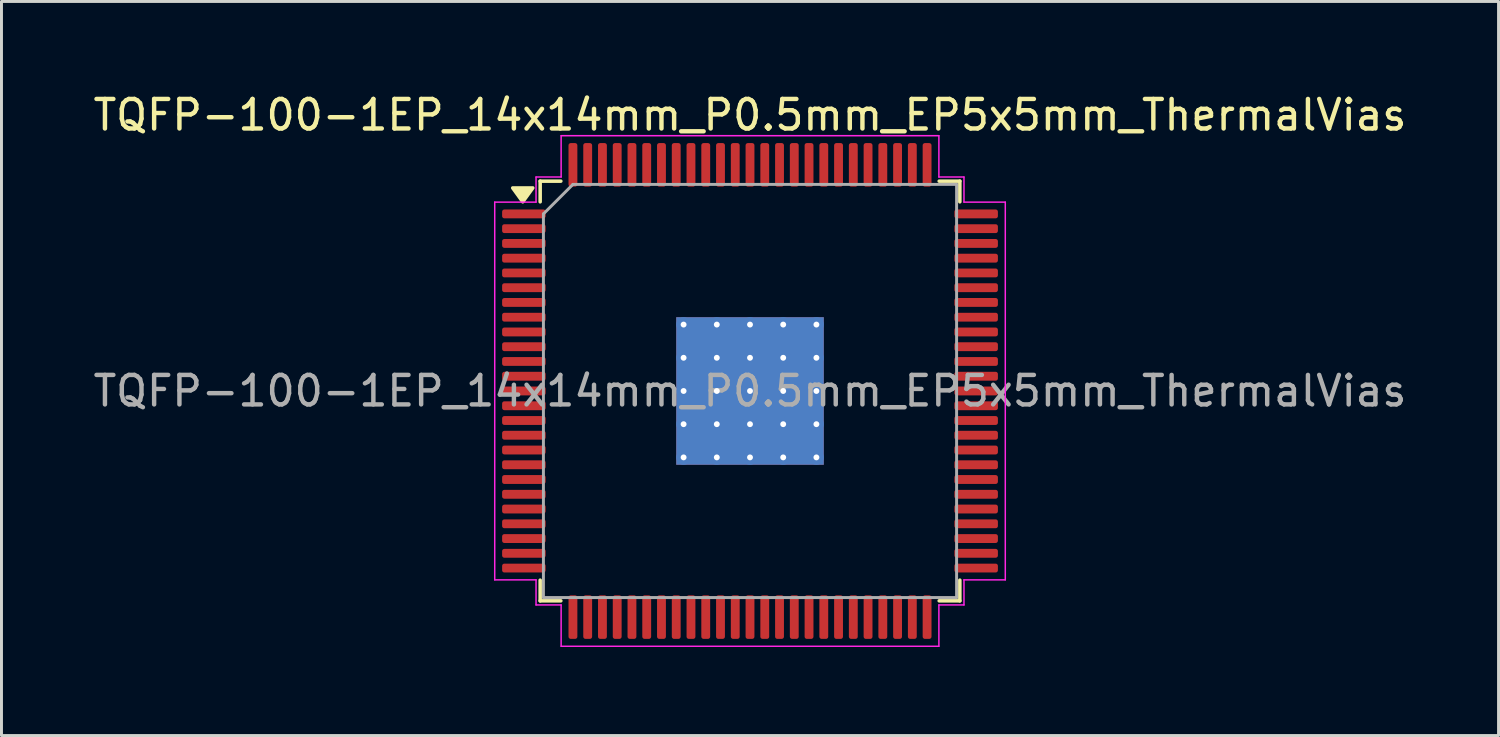
<source format=kicad_pcb>
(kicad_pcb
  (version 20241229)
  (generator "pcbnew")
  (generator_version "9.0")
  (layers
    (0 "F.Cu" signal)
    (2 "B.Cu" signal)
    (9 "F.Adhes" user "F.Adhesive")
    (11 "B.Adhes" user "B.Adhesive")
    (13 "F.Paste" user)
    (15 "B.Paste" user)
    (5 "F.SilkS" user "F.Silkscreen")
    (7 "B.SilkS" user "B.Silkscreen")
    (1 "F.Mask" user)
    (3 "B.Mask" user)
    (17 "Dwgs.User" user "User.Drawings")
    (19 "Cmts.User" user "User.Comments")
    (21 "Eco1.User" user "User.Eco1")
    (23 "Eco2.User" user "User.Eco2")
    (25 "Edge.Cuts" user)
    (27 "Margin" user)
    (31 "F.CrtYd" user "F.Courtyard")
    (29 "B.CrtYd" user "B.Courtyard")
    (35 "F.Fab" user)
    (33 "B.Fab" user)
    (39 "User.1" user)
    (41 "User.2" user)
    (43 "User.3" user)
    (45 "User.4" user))
  (footprint "TQFP-100-1EP_14x14mm_P0.5mm_EP5x5mm_ThermalVias"
    (layer "F.Cu")
    (at 22.363 10.198)
    (property "Reference" "TQFP-100-1EP_14x14mm_P0.5mm_EP5x5mm_ThermalVias" (at 0 -9.35 0) (layer "F.SilkS") (effects (font (size 1 1) (thickness 0.15))))
    (attr smd)
    (fp_line (start -7.11 -7.11) (end -7.11 -6.41) (stroke (width 0.12) (type solid)) (layer "F.SilkS"))
    (fp_line (start -7.11 7.11) (end -7.11 6.41) (stroke (width 0.12) (type solid)) (layer "F.SilkS"))
    (fp_line (start -6.41 -7.11) (end -7.11 -7.11) (stroke (width 0.12) (type solid)) (layer "F.SilkS"))
    (fp_line (start -6.41 7.11) (end -7.11 7.11) (stroke (width 0.12) (type solid)) (layer "F.SilkS"))
    (fp_line (start 6.41 -7.11) (end 7.11 -7.11) (stroke (width 0.12) (type solid)) (layer "F.SilkS"))
    (fp_line (start 6.41 7.11) (end 7.11 7.11) (stroke (width 0.12) (type solid)) (layer "F.SilkS"))
    (fp_line (start 7.11 -7.11) (end 7.11 -6.41) (stroke (width 0.12) (type solid)) (layer "F.SilkS"))
    (fp_line (start 7.11 7.11) (end 7.11 6.41) (stroke (width 0.12) (type solid)) (layer "F.SilkS"))
    (fp_poly (pts (xy -7.7 -6.41) (xy -8.04 -6.88) (xy -7.36 -6.88)) (stroke (width 0.12) (type solid)) (fill yes) (layer "F.SilkS"))
    (fp_line (start -8.65 -6.4) (end -7.25 -6.4) (stroke (width 0.05) (type solid)) (layer "F.CrtYd"))
    (fp_line (start -8.65 6.4) (end -8.65 -6.4) (stroke (width 0.05) (type solid)) (layer "F.CrtYd"))
    (fp_line (start -7.25 -7.25) (end -6.4 -7.25) (stroke (width 0.05) (type solid)) (layer "F.CrtYd"))
    (fp_line (start -7.25 -6.4) (end -7.25 -7.25) (stroke (width 0.05) (type solid)) (layer "F.CrtYd"))
    (fp_line (start -7.25 6.4) (end -8.65 6.4) (stroke (width 0.05) (type solid)) (layer "F.CrtYd"))
    (fp_line (start -7.25 7.25) (end -7.25 6.4) (stroke (width 0.05) (type solid)) (layer "F.CrtYd"))
    (fp_line (start -6.4 -8.65) (end 6.4 -8.65) (stroke (width 0.05) (type solid)) (layer "F.CrtYd"))
    (fp_line (start -6.4 -7.25) (end -6.4 -8.65) (stroke (width 0.05) (type solid)) (layer "F.CrtYd"))
    (fp_line (start -6.4 7.25) (end -7.25 7.25) (stroke (width 0.05) (type solid)) (layer "F.CrtYd"))
    (fp_line (start -6.4 8.65) (end -6.4 7.25) (stroke (width 0.05) (type solid)) (layer "F.CrtYd"))
    (fp_line (start 6.4 -8.65) (end 6.4 -7.25) (stroke (width 0.05) (type solid)) (layer "F.CrtYd"))
    (fp_line (start 6.4 -7.25) (end 7.25 -7.25) (stroke (width 0.05) (type solid)) (layer "F.CrtYd"))
    (fp_line (start 6.4 7.25) (end 6.4 8.65) (stroke (width 0.05) (type solid)) (layer "F.CrtYd"))
    (fp_line (start 6.4 8.65) (end -6.4 8.65) (stroke (width 0.05) (type solid)) (layer "F.CrtYd"))
    (fp_line (start 7.25 -7.25) (end 7.25 -6.4) (stroke (width 0.05) (type solid)) (layer "F.CrtYd"))
    (fp_line (start 7.25 -6.4) (end 8.65 -6.4) (stroke (width 0.05) (type solid)) (layer "F.CrtYd"))
    (fp_line (start 7.25 6.4) (end 7.25 7.25) (stroke (width 0.05) (type solid)) (layer "F.CrtYd"))
    (fp_line (start 7.25 7.25) (end 6.4 7.25) (stroke (width 0.05) (type solid)) (layer "F.CrtYd"))
    (fp_line (start 8.65 -6.4) (end 8.65 6.4) (stroke (width 0.05) (type solid)) (layer "F.CrtYd"))
    (fp_line (start 8.65 6.4) (end 7.25 6.4) (stroke (width 0.05) (type solid)) (layer "F.CrtYd"))
    (fp_line (start -7 -6) (end -6 -7) (stroke (width 0.1) (type solid)) (layer "F.Fab"))
    (fp_line (start -7 7) (end -7 -6) (stroke (width 0.1) (type solid)) (layer "F.Fab"))
    (fp_line (start -6 -7) (end 7 -7) (stroke (width 0.1) (type solid)) (layer "F.Fab"))
    (fp_line (start 7 -7) (end 7 7) (stroke (width 0.1) (type solid)) (layer "F.Fab"))
    (fp_line (start 7 7) (end -7 7) (stroke (width 0.1) (type solid)) (layer "F.Fab"))
    (fp_text user "${REFERENCE}" (at 0 0 0) (layer "F.Fab") (effects (font (size 1 1) (thickness 0.15))))
    (pad "" smd roundrect (at -1.875 -1.875) (size 1.01 1.01) (layers "F.Paste") (roundrect_rratio 0.248))
    (pad "" smd roundrect (at -1.875 -0.625) (size 1.01 1.01) (layers "F.Paste") (roundrect_rratio 0.248))
    (pad "" smd roundrect (at -1.875 0.625) (size 1.01 1.01) (layers "F.Paste") (roundrect_rratio 0.248))
    (pad "" smd roundrect (at -1.875 1.875) (size 1.01 1.01) (layers "F.Paste") (roundrect_rratio 0.248))
    (pad "" smd roundrect (at -0.625 -1.875) (size 1.01 1.01) (layers "F.Paste") (roundrect_rratio 0.248))
    (pad "" smd roundrect (at -0.625 -0.625) (size 1.01 1.01) (layers "F.Paste") (roundrect_rratio 0.248))
    (pad "" smd roundrect (at -0.625 0.625) (size 1.01 1.01) (layers "F.Paste") (roundrect_rratio 0.248))
    (pad "" smd roundrect (at -0.625 1.875) (size 1.01 1.01) (layers "F.Paste") (roundrect_rratio 0.248))
    (pad "" smd roundrect (at 0.625 -1.875) (size 1.01 1.01) (layers "F.Paste") (roundrect_rratio 0.248))
    (pad "" smd roundrect (at 0.625 -0.625) (size 1.01 1.01) (layers "F.Paste") (roundrect_rratio 0.248))
    (pad "" smd roundrect (at 0.625 0.625) (size 1.01 1.01) (layers "F.Paste") (roundrect_rratio 0.248))
    (pad "" smd roundrect (at 0.625 1.875) (size 1.01 1.01) (layers "F.Paste") (roundrect_rratio 0.248))
    (pad "" smd roundrect (at 1.875 -1.875) (size 1.01 1.01) (layers "F.Paste") (roundrect_rratio 0.248))
    (pad "" smd roundrect (at 1.875 -0.625) (size 1.01 1.01) (layers "F.Paste") (roundrect_rratio 0.248))
    (pad "" smd roundrect (at 1.875 0.625) (size 1.01 1.01) (layers "F.Paste") (roundrect_rratio 0.248))
    (pad "" smd roundrect (at 1.875 1.875) (size 1.01 1.01) (layers "F.Paste") (roundrect_rratio 0.248))
    (pad "1" smd roundrect (at -7.662 -6) (size 1.475 0.3) (layers "F.Cu" "F.Mask" "F.Paste") (roundrect_rratio 0.25))
    (pad "2" smd roundrect (at -7.662 -5.5) (size 1.475 0.3) (layers "F.Cu" "F.Mask" "F.Paste") (roundrect_rratio 0.25))
    (pad "3" smd roundrect (at -7.662 -5) (size 1.475 0.3) (layers "F.Cu" "F.Mask" "F.Paste") (roundrect_rratio 0.25))
    (pad "4" smd roundrect (at -7.662 -4.5) (size 1.475 0.3) (layers "F.Cu" "F.Mask" "F.Paste") (roundrect_rratio 0.25))
    (pad "5" smd roundrect (at -7.662 -4) (size 1.475 0.3) (layers "F.Cu" "F.Mask" "F.Paste") (roundrect_rratio 0.25))
    (pad "6" smd roundrect (at -7.662 -3.5) (size 1.475 0.3) (layers "F.Cu" "F.Mask" "F.Paste") (roundrect_rratio 0.25))
    (pad "7" smd roundrect (at -7.662 -3) (size 1.475 0.3) (layers "F.Cu" "F.Mask" "F.Paste") (roundrect_rratio 0.25))
    (pad "8" smd roundrect (at -7.662 -2.5) (size 1.475 0.3) (layers "F.Cu" "F.Mask" "F.Paste") (roundrect_rratio 0.25))
    (pad "9" smd roundrect (at -7.662 -2) (size 1.475 0.3) (layers "F.Cu" "F.Mask" "F.Paste") (roundrect_rratio 0.25))
    (pad "10" smd roundrect (at -7.662 -1.5) (size 1.475 0.3) (layers "F.Cu" "F.Mask" "F.Paste") (roundrect_rratio 0.25))
    (pad "11" smd roundrect (at -7.662 -1) (size 1.475 0.3) (layers "F.Cu" "F.Mask" "F.Paste") (roundrect_rratio 0.25))
    (pad "12" smd roundrect (at -7.662 -0.5) (size 1.475 0.3) (layers "F.Cu" "F.Mask" "F.Paste") (roundrect_rratio 0.25))
    (pad "13" smd roundrect (at -7.662 0) (size 1.475 0.3) (layers "F.Cu" "F.Mask" "F.Paste") (roundrect_rratio 0.25))
    (pad "14" smd roundrect (at -7.662 0.5) (size 1.475 0.3) (layers "F.Cu" "F.Mask" "F.Paste") (roundrect_rratio 0.25))
    (pad "15" smd roundrect (at -7.662 1) (size 1.475 0.3) (layers "F.Cu" "F.Mask" "F.Paste") (roundrect_rratio 0.25))
    (pad "16" smd roundrect (at -7.662 1.5) (size 1.475 0.3) (layers "F.Cu" "F.Mask" "F.Paste") (roundrect_rratio 0.25))
    (pad "17" smd roundrect (at -7.662 2) (size 1.475 0.3) (layers "F.Cu" "F.Mask" "F.Paste") (roundrect_rratio 0.25))
    (pad "18" smd roundrect (at -7.662 2.5) (size 1.475 0.3) (layers "F.Cu" "F.Mask" "F.Paste") (roundrect_rratio 0.25))
    (pad "19" smd roundrect (at -7.662 3) (size 1.475 0.3) (layers "F.Cu" "F.Mask" "F.Paste") (roundrect_rratio 0.25))
    (pad "20" smd roundrect (at -7.662 3.5) (size 1.475 0.3) (layers "F.Cu" "F.Mask" "F.Paste") (roundrect_rratio 0.25))
    (pad "21" smd roundrect (at -7.662 4) (size 1.475 0.3) (layers "F.Cu" "F.Mask" "F.Paste") (roundrect_rratio 0.25))
    (pad "22" smd roundrect (at -7.662 4.5) (size 1.475 0.3) (layers "F.Cu" "F.Mask" "F.Paste") (roundrect_rratio 0.25))
    (pad "23" smd roundrect (at -7.662 5) (size 1.475 0.3) (layers "F.Cu" "F.Mask" "F.Paste") (roundrect_rratio 0.25))
    (pad "24" smd roundrect (at -7.662 5.5) (size 1.475 0.3) (layers "F.Cu" "F.Mask" "F.Paste") (roundrect_rratio 0.25))
    (pad "25" smd roundrect (at -7.662 6) (size 1.475 0.3) (layers "F.Cu" "F.Mask" "F.Paste") (roundrect_rratio 0.25))
    (pad "26" smd roundrect (at -6 7.662) (size 0.3 1.475) (layers "F.Cu" "F.Mask" "F.Paste") (roundrect_rratio 0.25))
    (pad "27" smd roundrect (at -5.5 7.662) (size 0.3 1.475) (layers "F.Cu" "F.Mask" "F.Paste") (roundrect_rratio 0.25))
    (pad "28" smd roundrect (at -5 7.662) (size 0.3 1.475) (layers "F.Cu" "F.Mask" "F.Paste") (roundrect_rratio 0.25))
    (pad "29" smd roundrect (at -4.5 7.662) (size 0.3 1.475) (layers "F.Cu" "F.Mask" "F.Paste") (roundrect_rratio 0.25))
    (pad "30" smd roundrect (at -4 7.662) (size 0.3 1.475) (layers "F.Cu" "F.Mask" "F.Paste") (roundrect_rratio 0.25))
    (pad "31" smd roundrect (at -3.5 7.662) (size 0.3 1.475) (layers "F.Cu" "F.Mask" "F.Paste") (roundrect_rratio 0.25))
    (pad "32" smd roundrect (at -3 7.662) (size 0.3 1.475) (layers "F.Cu" "F.Mask" "F.Paste") (roundrect_rratio 0.25))
    (pad "33" smd roundrect (at -2.5 7.662) (size 0.3 1.475) (layers "F.Cu" "F.Mask" "F.Paste") (roundrect_rratio 0.25))
    (pad "34" smd roundrect (at -2 7.662) (size 0.3 1.475) (layers "F.Cu" "F.Mask" "F.Paste") (roundrect_rratio 0.25))
    (pad "35" smd roundrect (at -1.5 7.662) (size 0.3 1.475) (layers "F.Cu" "F.Mask" "F.Paste") (roundrect_rratio 0.25))
    (pad "36" smd roundrect (at -1 7.662) (size 0.3 1.475) (layers "F.Cu" "F.Mask" "F.Paste") (roundrect_rratio 0.25))
    (pad "37" smd roundrect (at -0.5 7.662) (size 0.3 1.475) (layers "F.Cu" "F.Mask" "F.Paste") (roundrect_rratio 0.25))
    (pad "38" smd roundrect (at 0 7.662) (size 0.3 1.475) (layers "F.Cu" "F.Mask" "F.Paste") (roundrect_rratio 0.25))
    (pad "39" smd roundrect (at 0.5 7.662) (size 0.3 1.475) (layers "F.Cu" "F.Mask" "F.Paste") (roundrect_rratio 0.25))
    (pad "40" smd roundrect (at 1 7.662) (size 0.3 1.475) (layers "F.Cu" "F.Mask" "F.Paste") (roundrect_rratio 0.25))
    (pad "41" smd roundrect (at 1.5 7.662) (size 0.3 1.475) (layers "F.Cu" "F.Mask" "F.Paste") (roundrect_rratio 0.25))
    (pad "42" smd roundrect (at 2 7.662) (size 0.3 1.475) (layers "F.Cu" "F.Mask" "F.Paste") (roundrect_rratio 0.25))
    (pad "43" smd roundrect (at 2.5 7.662) (size 0.3 1.475) (layers "F.Cu" "F.Mask" "F.Paste") (roundrect_rratio 0.25))
    (pad "44" smd roundrect (at 3 7.662) (size 0.3 1.475) (layers "F.Cu" "F.Mask" "F.Paste") (roundrect_rratio 0.25))
    (pad "45" smd roundrect (at 3.5 7.662) (size 0.3 1.475) (layers "F.Cu" "F.Mask" "F.Paste") (roundrect_rratio 0.25))
    (pad "46" smd roundrect (at 4 7.662) (size 0.3 1.475) (layers "F.Cu" "F.Mask" "F.Paste") (roundrect_rratio 0.25))
    (pad "47" smd roundrect (at 4.5 7.662) (size 0.3 1.475) (layers "F.Cu" "F.Mask" "F.Paste") (roundrect_rratio 0.25))
    (pad "48" smd roundrect (at 5 7.662) (size 0.3 1.475) (layers "F.Cu" "F.Mask" "F.Paste") (roundrect_rratio 0.25))
    (pad "49" smd roundrect (at 5.5 7.662) (size 0.3 1.475) (layers "F.Cu" "F.Mask" "F.Paste") (roundrect_rratio 0.25))
    (pad "50" smd roundrect (at 6 7.662) (size 0.3 1.475) (layers "F.Cu" "F.Mask" "F.Paste") (roundrect_rratio 0.25))
    (pad "51" smd roundrect (at 7.662 6) (size 1.475 0.3) (layers "F.Cu" "F.Mask" "F.Paste") (roundrect_rratio 0.25))
    (pad "52" smd roundrect (at 7.662 5.5) (size 1.475 0.3) (layers "F.Cu" "F.Mask" "F.Paste") (roundrect_rratio 0.25))
    (pad "53" smd roundrect (at 7.662 5) (size 1.475 0.3) (layers "F.Cu" "F.Mask" "F.Paste") (roundrect_rratio 0.25))
    (pad "54" smd roundrect (at 7.662 4.5) (size 1.475 0.3) (layers "F.Cu" "F.Mask" "F.Paste") (roundrect_rratio 0.25))
    (pad "55" smd roundrect (at 7.662 4) (size 1.475 0.3) (layers "F.Cu" "F.Mask" "F.Paste") (roundrect_rratio 0.25))
    (pad "56" smd roundrect (at 7.662 3.5) (size 1.475 0.3) (layers "F.Cu" "F.Mask" "F.Paste") (roundrect_rratio 0.25))
    (pad "57" smd roundrect (at 7.662 3) (size 1.475 0.3) (layers "F.Cu" "F.Mask" "F.Paste") (roundrect_rratio 0.25))
    (pad "58" smd roundrect (at 7.662 2.5) (size 1.475 0.3) (layers "F.Cu" "F.Mask" "F.Paste") (roundrect_rratio 0.25))
    (pad "59" smd roundrect (at 7.662 2) (size 1.475 0.3) (layers "F.Cu" "F.Mask" "F.Paste") (roundrect_rratio 0.25))
    (pad "60" smd roundrect (at 7.662 1.5) (size 1.475 0.3) (layers "F.Cu" "F.Mask" "F.Paste") (roundrect_rratio 0.25))
    (pad "61" smd roundrect (at 7.662 1) (size 1.475 0.3) (layers "F.Cu" "F.Mask" "F.Paste") (roundrect_rratio 0.25))
    (pad "62" smd roundrect (at 7.662 0.5) (size 1.475 0.3) (layers "F.Cu" "F.Mask" "F.Paste") (roundrect_rratio 0.25))
    (pad "63" smd roundrect (at 7.662 0) (size 1.475 0.3) (layers "F.Cu" "F.Mask" "F.Paste") (roundrect_rratio 0.25))
    (pad "64" smd roundrect (at 7.662 -0.5) (size 1.475 0.3) (layers "F.Cu" "F.Mask" "F.Paste") (roundrect_rratio 0.25))
    (pad "65" smd roundrect (at 7.662 -1) (size 1.475 0.3) (layers "F.Cu" "F.Mask" "F.Paste") (roundrect_rratio 0.25))
    (pad "66" smd roundrect (at 7.662 -1.5) (size 1.475 0.3) (layers "F.Cu" "F.Mask" "F.Paste") (roundrect_rratio 0.25))
    (pad "67" smd roundrect (at 7.662 -2) (size 1.475 0.3) (layers "F.Cu" "F.Mask" "F.Paste") (roundrect_rratio 0.25))
    (pad "68" smd roundrect (at 7.662 -2.5) (size 1.475 0.3) (layers "F.Cu" "F.Mask" "F.Paste") (roundrect_rratio 0.25))
    (pad "69" smd roundrect (at 7.662 -3) (size 1.475 0.3) (layers "F.Cu" "F.Mask" "F.Paste") (roundrect_rratio 0.25))
    (pad "70" smd roundrect (at 7.662 -3.5) (size 1.475 0.3) (layers "F.Cu" "F.Mask" "F.Paste") (roundrect_rratio 0.25))
    (pad "71" smd roundrect (at 7.662 -4) (size 1.475 0.3) (layers "F.Cu" "F.Mask" "F.Paste") (roundrect_rratio 0.25))
    (pad "72" smd roundrect (at 7.662 -4.5) (size 1.475 0.3) (layers "F.Cu" "F.Mask" "F.Paste") (roundrect_rratio 0.25))
    (pad "73" smd roundrect (at 7.662 -5) (size 1.475 0.3) (layers "F.Cu" "F.Mask" "F.Paste") (roundrect_rratio 0.25))
    (pad "74" smd roundrect (at 7.662 -5.5) (size 1.475 0.3) (layers "F.Cu" "F.Mask" "F.Paste") (roundrect_rratio 0.25))
    (pad "75" smd roundrect (at 7.662 -6) (size 1.475 0.3) (layers "F.Cu" "F.Mask" "F.Paste") (roundrect_rratio 0.25))
    (pad "76" smd roundrect (at 6 -7.662) (size 0.3 1.475) (layers "F.Cu" "F.Mask" "F.Paste") (roundrect_rratio 0.25))
    (pad "77" smd roundrect (at 5.5 -7.662) (size 0.3 1.475) (layers "F.Cu" "F.Mask" "F.Paste") (roundrect_rratio 0.25))
    (pad "78" smd roundrect (at 5 -7.662) (size 0.3 1.475) (layers "F.Cu" "F.Mask" "F.Paste") (roundrect_rratio 0.25))
    (pad "79" smd roundrect (at 4.5 -7.662) (size 0.3 1.475) (layers "F.Cu" "F.Mask" "F.Paste") (roundrect_rratio 0.25))
    (pad "80" smd roundrect (at 4 -7.662) (size 0.3 1.475) (layers "F.Cu" "F.Mask" "F.Paste") (roundrect_rratio 0.25))
    (pad "81" smd roundrect (at 3.5 -7.662) (size 0.3 1.475) (layers "F.Cu" "F.Mask" "F.Paste") (roundrect_rratio 0.25))
    (pad "82" smd roundrect (at 3 -7.662) (size 0.3 1.475) (layers "F.Cu" "F.Mask" "F.Paste") (roundrect_rratio 0.25))
    (pad "83" smd roundrect (at 2.5 -7.662) (size 0.3 1.475) (layers "F.Cu" "F.Mask" "F.Paste") (roundrect_rratio 0.25))
    (pad "84" smd roundrect (at 2 -7.662) (size 0.3 1.475) (layers "F.Cu" "F.Mask" "F.Paste") (roundrect_rratio 0.25))
    (pad "85" smd roundrect (at 1.5 -7.662) (size 0.3 1.475) (layers "F.Cu" "F.Mask" "F.Paste") (roundrect_rratio 0.25))
    (pad "86" smd roundrect (at 1 -7.662) (size 0.3 1.475) (layers "F.Cu" "F.Mask" "F.Paste") (roundrect_rratio 0.25))
    (pad "87" smd roundrect (at 0.5 -7.662) (size 0.3 1.475) (layers "F.Cu" "F.Mask" "F.Paste") (roundrect_rratio 0.25))
    (pad "88" smd roundrect (at 0 -7.662) (size 0.3 1.475) (layers "F.Cu" "F.Mask" "F.Paste") (roundrect_rratio 0.25))
    (pad "89" smd roundrect (at -0.5 -7.662) (size 0.3 1.475) (layers "F.Cu" "F.Mask" "F.Paste") (roundrect_rratio 0.25))
    (pad "90" smd roundrect (at -1 -7.662) (size 0.3 1.475) (layers "F.Cu" "F.Mask" "F.Paste") (roundrect_rratio 0.25))
    (pad "91" smd roundrect (at -1.5 -7.662) (size 0.3 1.475) (layers "F.Cu" "F.Mask" "F.Paste") (roundrect_rratio 0.25))
    (pad "92" smd roundrect (at -2 -7.662) (size 0.3 1.475) (layers "F.Cu" "F.Mask" "F.Paste") (roundrect_rratio 0.25))
    (pad "93" smd roundrect (at -2.5 -7.662) (size 0.3 1.475) (layers "F.Cu" "F.Mask" "F.Paste") (roundrect_rratio 0.25))
    (pad "94" smd roundrect (at -3 -7.662) (size 0.3 1.475) (layers "F.Cu" "F.Mask" "F.Paste") (roundrect_rratio 0.25))
    (pad "95" smd roundrect (at -3.5 -7.662) (size 0.3 1.475) (layers "F.Cu" "F.Mask" "F.Paste") (roundrect_rratio 0.25))
    (pad "96" smd roundrect (at -4 -7.662) (size 0.3 1.475) (layers "F.Cu" "F.Mask" "F.Paste") (roundrect_rratio 0.25))
    (pad "97" smd roundrect (at -4.5 -7.662) (size 0.3 1.475) (layers "F.Cu" "F.Mask" "F.Paste") (roundrect_rratio 0.25))
    (pad "98" smd roundrect (at -5 -7.662) (size 0.3 1.475) (layers "F.Cu" "F.Mask" "F.Paste") (roundrect_rratio 0.25))
    (pad "99" smd roundrect (at -5.5 -7.662) (size 0.3 1.475) (layers "F.Cu" "F.Mask" "F.Paste") (roundrect_rratio 0.25))
    (pad "100" smd roundrect (at -6 -7.662) (size 0.3 1.475) (layers "F.Cu" "F.Mask" "F.Paste") (roundrect_rratio 0.25))
    (pad "101" thru_hole circle (at -2.25 -2.25) (size 0.5 0.5) (drill 0.2) (property pad_prop_heatsink) (layers "*.Cu"))
    (pad "101" thru_hole circle (at -2.25 -1.125) (size 0.5 0.5) (drill 0.2) (property pad_prop_heatsink) (layers "*.Cu"))
    (pad "101" thru_hole circle (at -2.25 0) (size 0.5 0.5) (drill 0.2) (property pad_prop_heatsink) (layers "*.Cu"))
    (pad "101" thru_hole circle (at -2.25 1.125) (size 0.5 0.5) (drill 0.2) (property pad_prop_heatsink) (layers "*.Cu"))
    (pad "101" thru_hole circle (at -2.25 2.25) (size 0.5 0.5) (drill 0.2) (property pad_prop_heatsink) (layers "*.Cu"))
    (pad "101" thru_hole circle (at -1.125 -2.25) (size 0.5 0.5) (drill 0.2) (property pad_prop_heatsink) (layers "*.Cu"))
    (pad "101" thru_hole circle (at -1.125 -1.125) (size 0.5 0.5) (drill 0.2) (property pad_prop_heatsink) (layers "*.Cu"))
    (pad "101" thru_hole circle (at -1.125 0) (size 0.5 0.5) (drill 0.2) (property pad_prop_heatsink) (layers "*.Cu"))
    (pad "101" thru_hole circle (at -1.125 1.125) (size 0.5 0.5) (drill 0.2) (property pad_prop_heatsink) (layers "*.Cu"))
    (pad "101" thru_hole circle (at -1.125 2.25) (size 0.5 0.5) (drill 0.2) (property pad_prop_heatsink) (layers "*.Cu"))
    (pad "101" thru_hole circle (at 0 -2.25) (size 0.5 0.5) (drill 0.2) (property pad_prop_heatsink) (layers "*.Cu"))
    (pad "101" thru_hole circle (at 0 -1.125) (size 0.5 0.5) (drill 0.2) (property pad_prop_heatsink) (layers "*.Cu"))
    (pad "101" thru_hole circle (at 0 0) (size 0.5 0.5) (drill 0.2) (property pad_prop_heatsink) (layers "*.Cu"))
    (pad "101" smd rect (at 0 0) (size 5 5) (property pad_prop_heatsink) (layers "F.Cu" "F.Mask"))
    (pad "101" smd rect (at 0 0) (size 5 5) (property pad_prop_heatsink) (layers "B.Cu"))
    (pad "101" thru_hole circle (at 0 1.125) (size 0.5 0.5) (drill 0.2) (property pad_prop_heatsink) (layers "*.Cu"))
    (pad "101" thru_hole circle (at 0 2.25) (size 0.5 0.5) (drill 0.2) (property pad_prop_heatsink) (layers "*.Cu"))
    (pad "101" thru_hole circle (at 1.125 -2.25) (size 0.5 0.5) (drill 0.2) (property pad_prop_heatsink) (layers "*.Cu"))
    (pad "101" thru_hole circle (at 1.125 -1.125) (size 0.5 0.5) (drill 0.2) (property pad_prop_heatsink) (layers "*.Cu"))
    (pad "101" thru_hole circle (at 1.125 0) (size 0.5 0.5) (drill 0.2) (property pad_prop_heatsink) (layers "*.Cu"))
    (pad "101" thru_hole circle (at 1.125 1.125) (size 0.5 0.5) (drill 0.2) (property pad_prop_heatsink) (layers "*.Cu"))
    (pad "101" thru_hole circle (at 1.125 2.25) (size 0.5 0.5) (drill 0.2) (property pad_prop_heatsink) (layers "*.Cu"))
    (pad "101" thru_hole circle (at 2.25 -2.25) (size 0.5 0.5) (drill 0.2) (property pad_prop_heatsink) (layers "*.Cu"))
    (pad "101" thru_hole circle (at 2.25 -1.125) (size 0.5 0.5) (drill 0.2) (property pad_prop_heatsink) (layers "*.Cu"))
    (pad "101" thru_hole circle (at 2.25 0) (size 0.5 0.5) (drill 0.2) (property pad_prop_heatsink) (layers "*.Cu"))
    (pad "101" thru_hole circle (at 2.25 1.125) (size 0.5 0.5) (drill 0.2) (property pad_prop_heatsink) (layers "*.Cu"))
    (pad "101" thru_hole circle (at 2.25 2.25) (size 0.5 0.5) (drill 0.2) (property pad_prop_heatsink) (layers "*.Cu")))
  (gr_rect
    (start -3 -3)
    (end 47.726 21.873)
    (stroke (width 0.1) (type default))
    (fill no)
    (layer "Edge.Cuts")))
</source>
